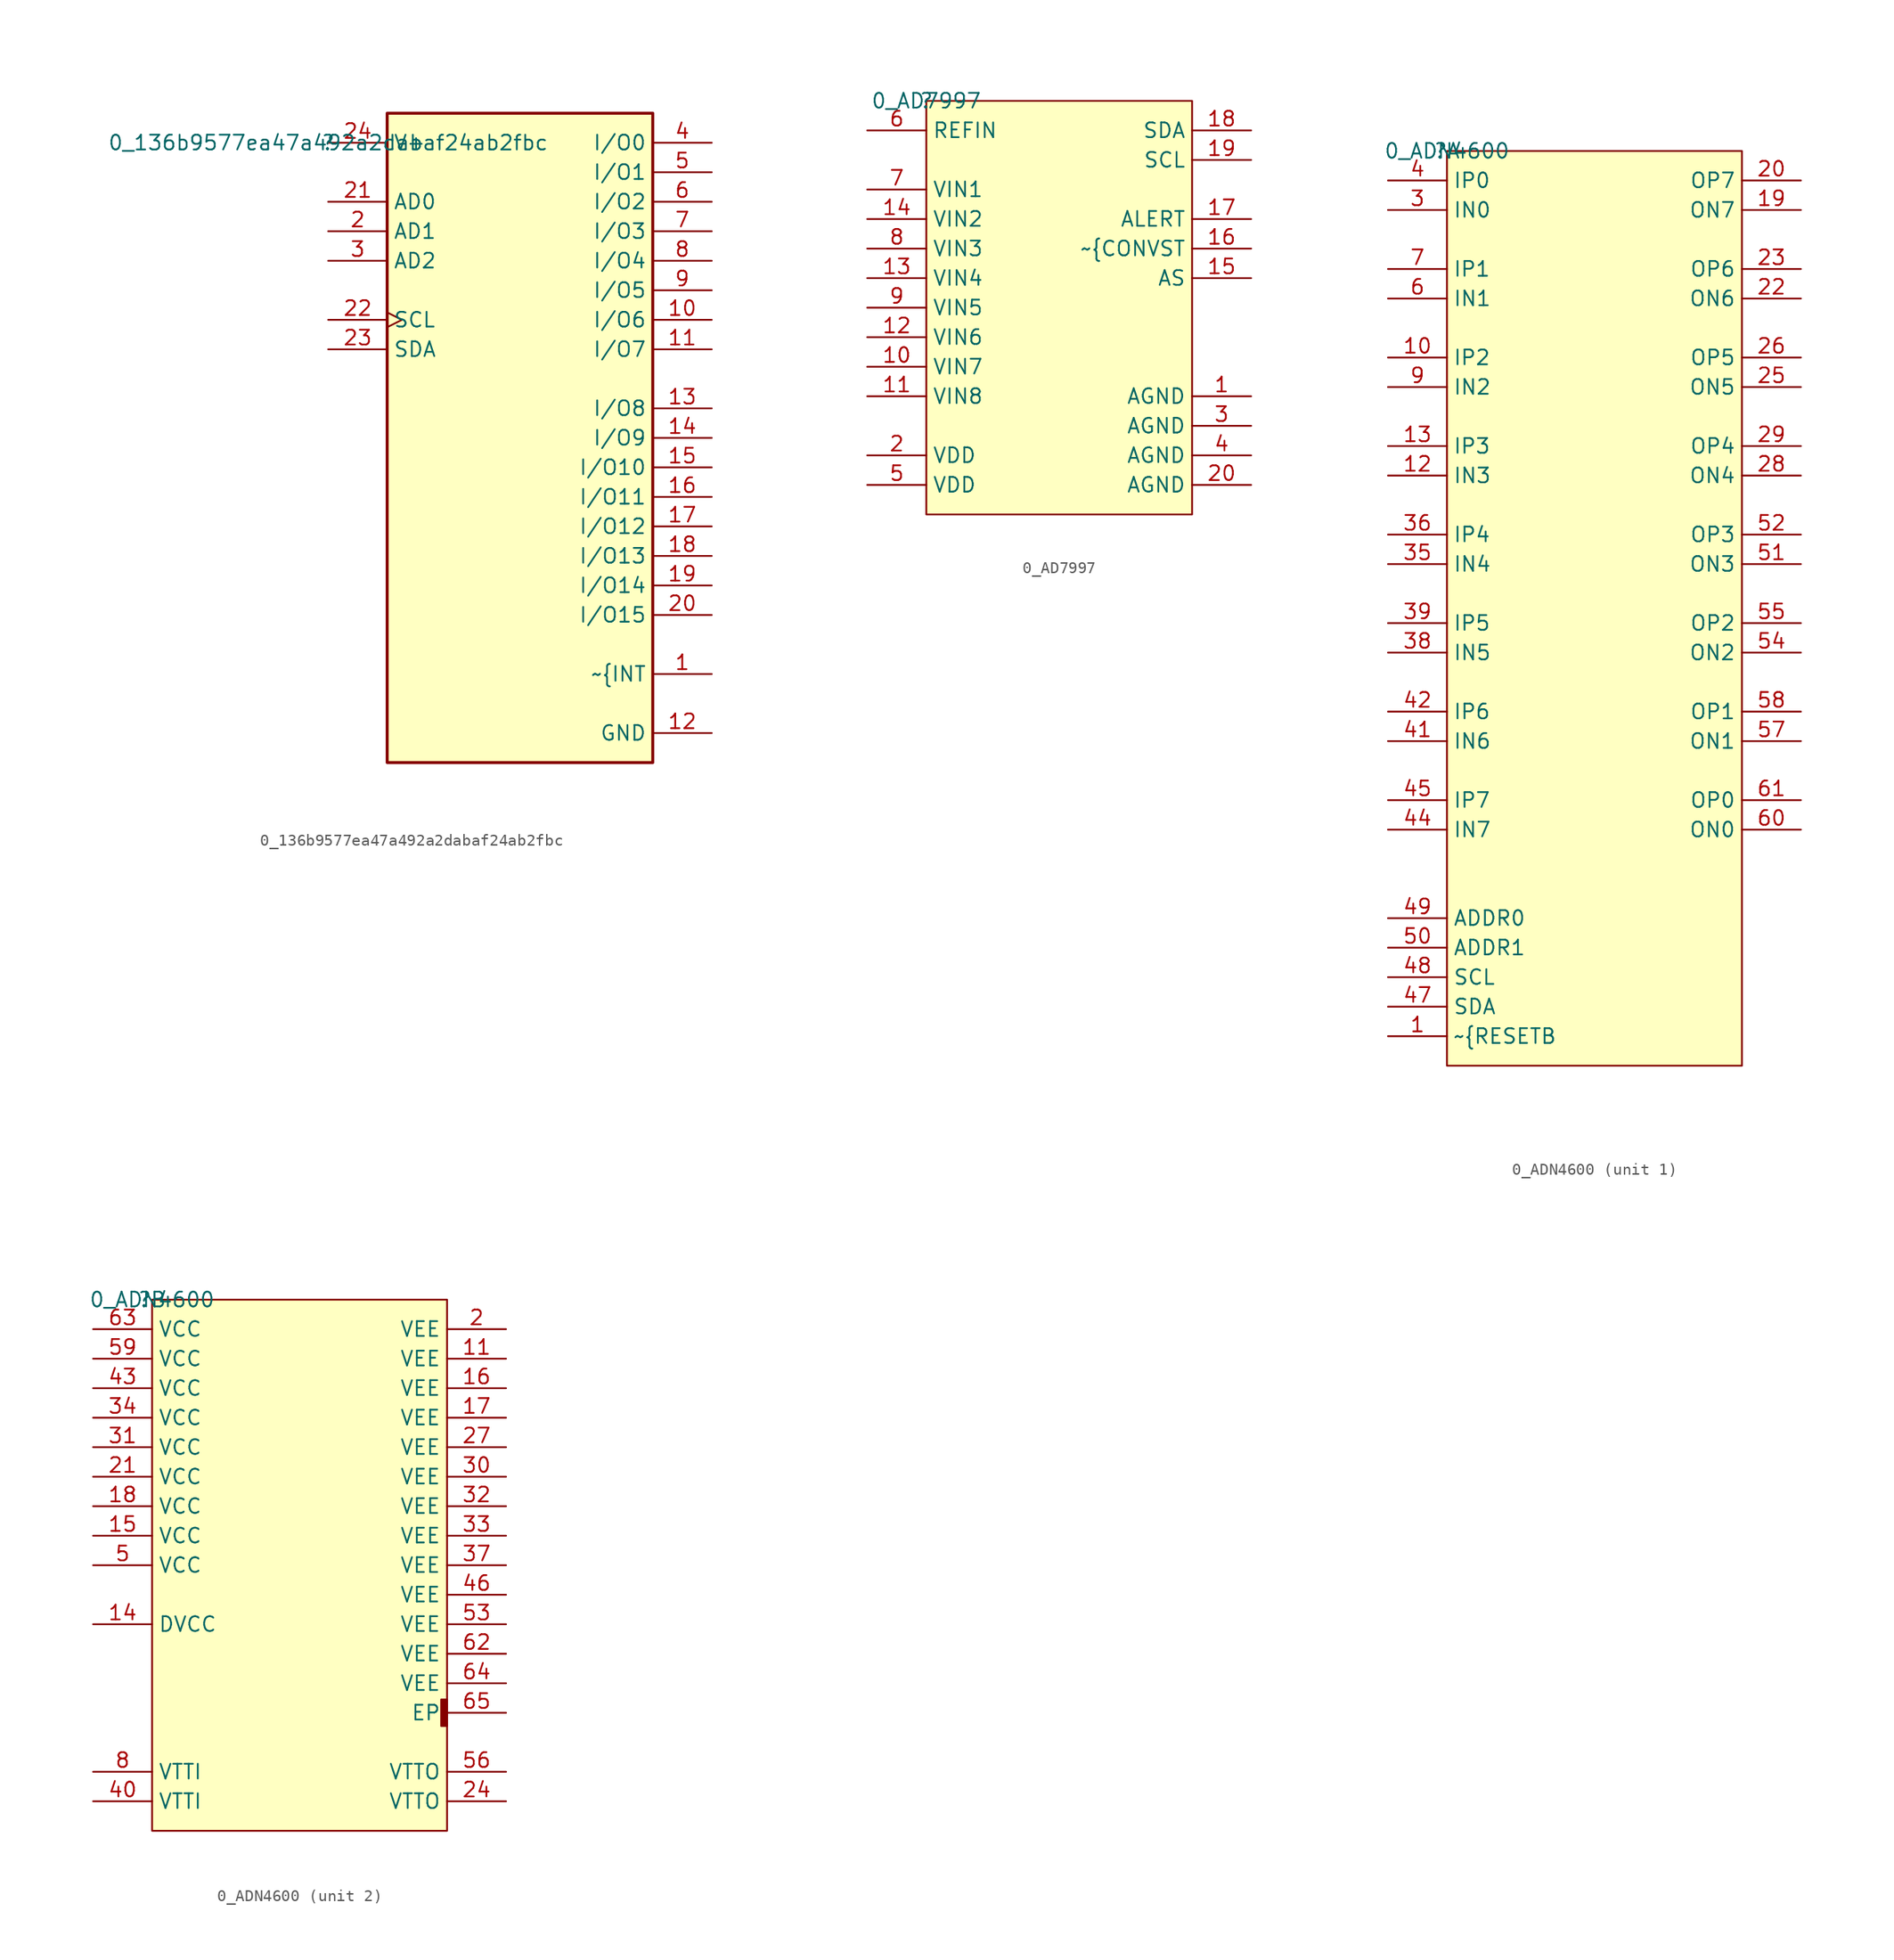
<source format=kicad_sym>
(kicad_symbol_lib
  (version 20211014)
  (generator kicad_symbol_editor)
  (symbol "0_136b9577ea47a492a2dabaf24ab2fbc"
    (property "Reference" ""
      (at 0 0 0)
      (effects (font (size 1.27 1.27))))
    (property "Value" "0_136b9577ea47a492a2dabaf24ab2fbc"
      (at 0 0 0)
      (effects (font (size 1.27 1.27))))
    (symbol "0_136b9577ea47a492a2dabaf24ab2fbc_1_0"
      (rectangle (start 27.94 2.54) (end 5.08 -53.34) (stroke (width 0.254) (type default) (color 0 0 0 0)) (fill (type background)))
      (pin open_collector line (at 33.02 -45.72 180) (length 5.08) (name "~{INT" (effects (font (size 1.27 1.27)))) (number "1" (effects (font (size 1.27 1.27)))))
      (pin bidirectional line (at 33.02 -15.24 180) (length 5.08) (name "I/O6" (effects (font (size 1.27 1.27)))) (number "10" (effects (font (size 1.27 1.27)))))
      (pin bidirectional line (at 33.02 -17.78 180) (length 5.08) (name "I/O7" (effects (font (size 1.27 1.27)))) (number "11" (effects (font (size 1.27 1.27)))))
      (pin power_in line (at 33.02 -50.8 180) (length 5.08) (name "GND" (effects (font (size 1.27 1.27)))) (number "12" (effects (font (size 1.27 1.27)))))
      (pin bidirectional line (at 33.02 -22.86 180) (length 5.08) (name "I/O8" (effects (font (size 1.27 1.27)))) (number "13" (effects (font (size 1.27 1.27)))))
      (pin bidirectional line (at 33.02 -25.4 180) (length 5.08) (name "I/O9" (effects (font (size 1.27 1.27)))) (number "14" (effects (font (size 1.27 1.27)))))
      (pin bidirectional line (at 33.02 -27.94 180) (length 5.08) (name "I/O10" (effects (font (size 1.27 1.27)))) (number "15" (effects (font (size 1.27 1.27)))))
      (pin bidirectional line (at 33.02 -30.48 180) (length 5.08) (name "I/O11" (effects (font (size 1.27 1.27)))) (number "16" (effects (font (size 1.27 1.27)))))
      (pin bidirectional line (at 33.02 -33.02 180) (length 5.08) (name "I/O12" (effects (font (size 1.27 1.27)))) (number "17" (effects (font (size 1.27 1.27)))))
      (pin bidirectional line (at 33.02 -35.56 180) (length 5.08) (name "I/O13" (effects (font (size 1.27 1.27)))) (number "18" (effects (font (size 1.27 1.27)))))
      (pin bidirectional line (at 33.02 -38.1 180) (length 5.08) (name "I/O14" (effects (font (size 1.27 1.27)))) (number "19" (effects (font (size 1.27 1.27)))))
      (pin input line (at 0 -7.62 0) (length 5.08) (name "AD1" (effects (font (size 1.27 1.27)))) (number "2" (effects (font (size 1.27 1.27)))))
      (pin bidirectional line (at 33.02 -40.64 180) (length 5.08) (name "I/O15" (effects (font (size 1.27 1.27)))) (number "20" (effects (font (size 1.27 1.27)))))
      (pin input line (at 0 -5.08 0) (length 5.08) (name "AD0" (effects (font (size 1.27 1.27)))) (number "21" (effects (font (size 1.27 1.27)))))
      (pin input clock (at 0 -15.24 0) (length 5.08) (name "SCL" (effects (font (size 1.27 1.27)))) (number "22" (effects (font (size 1.27 1.27)))))
      (pin bidirectional line (at 0 -17.78 0) (length 5.08) (name "SDA" (effects (font (size 1.27 1.27)))) (number "23" (effects (font (size 1.27 1.27)))))
      (pin power_in line (at 0 0 0) (length 5.08) (name "V+" (effects (font (size 1.27 1.27)))) (number "24" (effects (font (size 1.27 1.27)))))
      (pin input line (at 0 -10.16 0) (length 5.08) (name "AD2" (effects (font (size 1.27 1.27)))) (number "3" (effects (font (size 1.27 1.27)))))
      (pin bidirectional line (at 33.02 0 180) (length 5.08) (name "I/O0" (effects (font (size 1.27 1.27)))) (number "4" (effects (font (size 1.27 1.27)))))
      (pin bidirectional line (at 33.02 -2.54 180) (length 5.08) (name "I/O1" (effects (font (size 1.27 1.27)))) (number "5" (effects (font (size 1.27 1.27)))))
      (pin bidirectional line (at 33.02 -5.08 180) (length 5.08) (name "I/O2" (effects (font (size 1.27 1.27)))) (number "6" (effects (font (size 1.27 1.27)))))
      (pin bidirectional line (at 33.02 -7.62 180) (length 5.08) (name "I/O3" (effects (font (size 1.27 1.27)))) (number "7" (effects (font (size 1.27 1.27)))))
      (pin bidirectional line (at 33.02 -10.16 180) (length 5.08) (name "I/O4" (effects (font (size 1.27 1.27)))) (number "8" (effects (font (size 1.27 1.27)))))
      (pin bidirectional line (at 33.02 -12.7 180) (length 5.08) (name "I/O5" (effects (font (size 1.27 1.27)))) (number "9" (effects (font (size 1.27 1.27)))))))
  (symbol "0_AD7997"
    (property "Reference" ""
      (at 0 0 0)
      (effects (font (size 1.27 1.27))))
    (property "Value" "0_AD7997"
      (at 0 0 0)
      (effects (font (size 1.27 1.27))))
    (symbol "0_AD7997_1_0"
      (rectangle (start 22.86 0) (end 0 -35.56) (stroke (width 0) (type default) (color 0 0 0 0)) (fill (type background)))
      (pin power_in line (at 27.94 -25.4 180) (length 5.08) (name "AGND" (effects (font (size 1.27 1.27)))) (number "1" (effects (font (size 1.27 1.27)))))
      (pin input line (at -5.08 -22.86 0) (length 5.08) (name "VIN7" (effects (font (size 1.27 1.27)))) (number "10" (effects (font (size 1.27 1.27)))))
      (pin input line (at -5.08 -25.4 0) (length 5.08) (name "VIN8" (effects (font (size 1.27 1.27)))) (number "11" (effects (font (size 1.27 1.27)))))
      (pin input line (at -5.08 -20.32 0) (length 5.08) (name "VIN6" (effects (font (size 1.27 1.27)))) (number "12" (effects (font (size 1.27 1.27)))))
      (pin input line (at -5.08 -15.24 0) (length 5.08) (name "VIN4" (effects (font (size 1.27 1.27)))) (number "13" (effects (font (size 1.27 1.27)))))
      (pin input line (at -5.08 -10.16 0) (length 5.08) (name "VIN2" (effects (font (size 1.27 1.27)))) (number "14" (effects (font (size 1.27 1.27)))))
      (pin input line (at 27.94 -15.24 180) (length 5.08) (name "AS" (effects (font (size 1.27 1.27)))) (number "15" (effects (font (size 1.27 1.27)))))
      (pin input line (at 27.94 -12.7 180) (length 5.08) (name "~{CONVST" (effects (font (size 1.27 1.27)))) (number "16" (effects (font (size 1.27 1.27)))))
      (pin output line (at 27.94 -10.16 180) (length 5.08) (name "ALERT" (effects (font (size 1.27 1.27)))) (number "17" (effects (font (size 1.27 1.27)))))
      (pin bidirectional line (at 27.94 -2.54 180) (length 5.08) (name "SDA" (effects (font (size 1.27 1.27)))) (number "18" (effects (font (size 1.27 1.27)))))
      (pin input line (at 27.94 -5.08 180) (length 5.08) (name "SCL" (effects (font (size 1.27 1.27)))) (number "19" (effects (font (size 1.27 1.27)))))
      (pin power_in line (at -5.08 -30.48 0) (length 5.08) (name "VDD" (effects (font (size 1.27 1.27)))) (number "2" (effects (font (size 1.27 1.27)))))
      (pin power_in line (at 27.94 -33.02 180) (length 5.08) (name "AGND" (effects (font (size 1.27 1.27)))) (number "20" (effects (font (size 1.27 1.27)))))
      (pin power_in line (at 27.94 -27.94 180) (length 5.08) (name "AGND" (effects (font (size 1.27 1.27)))) (number "3" (effects (font (size 1.27 1.27)))))
      (pin power_in line (at 27.94 -30.48 180) (length 5.08) (name "AGND" (effects (font (size 1.27 1.27)))) (number "4" (effects (font (size 1.27 1.27)))))
      (pin power_in line (at -5.08 -33.02 0) (length 5.08) (name "VDD" (effects (font (size 1.27 1.27)))) (number "5" (effects (font (size 1.27 1.27)))))
      (pin input line (at -5.08 -2.54 0) (length 5.08) (name "REFIN" (effects (font (size 1.27 1.27)))) (number "6" (effects (font (size 1.27 1.27)))))
      (pin input line (at -5.08 -7.62 0) (length 5.08) (name "VIN1" (effects (font (size 1.27 1.27)))) (number "7" (effects (font (size 1.27 1.27)))))
      (pin input line (at -5.08 -12.7 0) (length 5.08) (name "VIN3" (effects (font (size 1.27 1.27)))) (number "8" (effects (font (size 1.27 1.27)))))
      (pin input line (at -5.08 -17.78 0) (length 5.08) (name "VIN5" (effects (font (size 1.27 1.27)))) (number "9" (effects (font (size 1.27 1.27)))))))
  (symbol "0_ADN4600"
    (property "Reference" ""
      (at 0 0 0)
      (effects (font (size 1.27 1.27))))
    (property "Value" "0_ADN4600"
      (at 0 0 0)
      (effects (font (size 1.27 1.27))))
    (symbol "0_ADN4600_1_0"
      (rectangle (start 25.4 0) (end 0 -78.74) (stroke (width 0) (type default) (color 0 0 0 0)) (fill (type background)))
      (pin input line (at -5.08 -76.2 0) (length 5.08) (name "~{RESETB" (effects (font (size 1.27 1.27)))) (number "1" (effects (font (size 1.27 1.27)))))
      (pin input line (at -5.08 -17.78 0) (length 5.08) (name "IP2" (effects (font (size 1.27 1.27)))) (number "10" (effects (font (size 1.27 1.27)))))
      (pin input line (at -5.08 -27.94 0) (length 5.08) (name "IN3" (effects (font (size 1.27 1.27)))) (number "12" (effects (font (size 1.27 1.27)))))
      (pin input line (at -5.08 -25.4 0) (length 5.08) (name "IP3" (effects (font (size 1.27 1.27)))) (number "13" (effects (font (size 1.27 1.27)))))
      (pin output line (at 30.48 -5.08 180) (length 5.08) (name "ON7" (effects (font (size 1.27 1.27)))) (number "19" (effects (font (size 1.27 1.27)))))
      (pin output line (at 30.48 -2.54 180) (length 5.08) (name "OP7" (effects (font (size 1.27 1.27)))) (number "20" (effects (font (size 1.27 1.27)))))
      (pin output line (at 30.48 -12.7 180) (length 5.08) (name "ON6" (effects (font (size 1.27 1.27)))) (number "22" (effects (font (size 1.27 1.27)))))
      (pin output line (at 30.48 -10.16 180) (length 5.08) (name "OP6" (effects (font (size 1.27 1.27)))) (number "23" (effects (font (size 1.27 1.27)))))
      (pin output line (at 30.48 -20.32 180) (length 5.08) (name "ON5" (effects (font (size 1.27 1.27)))) (number "25" (effects (font (size 1.27 1.27)))))
      (pin output line (at 30.48 -17.78 180) (length 5.08) (name "OP5" (effects (font (size 1.27 1.27)))) (number "26" (effects (font (size 1.27 1.27)))))
      (pin output line (at 30.48 -27.94 180) (length 5.08) (name "ON4" (effects (font (size 1.27 1.27)))) (number "28" (effects (font (size 1.27 1.27)))))
      (pin output line (at 30.48 -25.4 180) (length 5.08) (name "OP4" (effects (font (size 1.27 1.27)))) (number "29" (effects (font (size 1.27 1.27)))))
      (pin input line (at -5.08 -5.08 0) (length 5.08) (name "IN0" (effects (font (size 1.27 1.27)))) (number "3" (effects (font (size 1.27 1.27)))))
      (pin input line (at -5.08 -35.56 0) (length 5.08) (name "IN4" (effects (font (size 1.27 1.27)))) (number "35" (effects (font (size 1.27 1.27)))))
      (pin input line (at -5.08 -33.02 0) (length 5.08) (name "IP4" (effects (font (size 1.27 1.27)))) (number "36" (effects (font (size 1.27 1.27)))))
      (pin input line (at -5.08 -43.18 0) (length 5.08) (name "IN5" (effects (font (size 1.27 1.27)))) (number "38" (effects (font (size 1.27 1.27)))))
      (pin input line (at -5.08 -40.64 0) (length 5.08) (name "IP5" (effects (font (size 1.27 1.27)))) (number "39" (effects (font (size 1.27 1.27)))))
      (pin input line (at -5.08 -2.54 0) (length 5.08) (name "IP0" (effects (font (size 1.27 1.27)))) (number "4" (effects (font (size 1.27 1.27)))))
      (pin input line (at -5.08 -50.8 0) (length 5.08) (name "IN6" (effects (font (size 1.27 1.27)))) (number "41" (effects (font (size 1.27 1.27)))))
      (pin input line (at -5.08 -48.26 0) (length 5.08) (name "IP6" (effects (font (size 1.27 1.27)))) (number "42" (effects (font (size 1.27 1.27)))))
      (pin input line (at -5.08 -58.42 0) (length 5.08) (name "IN7" (effects (font (size 1.27 1.27)))) (number "44" (effects (font (size 1.27 1.27)))))
      (pin input line (at -5.08 -55.88 0) (length 5.08) (name "IP7" (effects (font (size 1.27 1.27)))) (number "45" (effects (font (size 1.27 1.27)))))
      (pin bidirectional line (at -5.08 -73.66 0) (length 5.08) (name "SDA" (effects (font (size 1.27 1.27)))) (number "47" (effects (font (size 1.27 1.27)))))
      (pin input line (at -5.08 -71.12 0) (length 5.08) (name "SCL" (effects (font (size 1.27 1.27)))) (number "48" (effects (font (size 1.27 1.27)))))
      (pin input line (at -5.08 -66.04 0) (length 5.08) (name "ADDR0" (effects (font (size 1.27 1.27)))) (number "49" (effects (font (size 1.27 1.27)))))
      (pin input line (at -5.08 -68.58 0) (length 5.08) (name "ADDR1" (effects (font (size 1.27 1.27)))) (number "50" (effects (font (size 1.27 1.27)))))
      (pin output line (at 30.48 -35.56 180) (length 5.08) (name "ON3" (effects (font (size 1.27 1.27)))) (number "51" (effects (font (size 1.27 1.27)))))
      (pin output line (at 30.48 -33.02 180) (length 5.08) (name "OP3" (effects (font (size 1.27 1.27)))) (number "52" (effects (font (size 1.27 1.27)))))
      (pin output line (at 30.48 -43.18 180) (length 5.08) (name "ON2" (effects (font (size 1.27 1.27)))) (number "54" (effects (font (size 1.27 1.27)))))
      (pin output line (at 30.48 -40.64 180) (length 5.08) (name "OP2" (effects (font (size 1.27 1.27)))) (number "55" (effects (font (size 1.27 1.27)))))
      (pin output line (at 30.48 -50.8 180) (length 5.08) (name "ON1" (effects (font (size 1.27 1.27)))) (number "57" (effects (font (size 1.27 1.27)))))
      (pin output line (at 30.48 -48.26 180) (length 5.08) (name "OP1" (effects (font (size 1.27 1.27)))) (number "58" (effects (font (size 1.27 1.27)))))
      (pin input line (at -5.08 -12.7 0) (length 5.08) (name "IN1" (effects (font (size 1.27 1.27)))) (number "6" (effects (font (size 1.27 1.27)))))
      (pin output line (at 30.48 -58.42 180) (length 5.08) (name "ON0" (effects (font (size 1.27 1.27)))) (number "60" (effects (font (size 1.27 1.27)))))
      (pin output line (at 30.48 -55.88 180) (length 5.08) (name "OP0" (effects (font (size 1.27 1.27)))) (number "61" (effects (font (size 1.27 1.27)))))
      (pin input line (at -5.08 -10.16 0) (length 5.08) (name "IP1" (effects (font (size 1.27 1.27)))) (number "7" (effects (font (size 1.27 1.27)))))
      (pin input line (at -5.08 -20.32 0) (length 5.08) (name "IN2" (effects (font (size 1.27 1.27)))) (number "9" (effects (font (size 1.27 1.27))))))
    (symbol "0_ADN4600_2_0"
      (rectangle (start 25.4 -34.417) (end 24.892 -36.703) (stroke (width 0) (type default) (color 0 0 0 0)) (fill (type outline)))
      (rectangle (start 25.4 0) (end 0 -45.72) (stroke (width 0) (type default) (color 0 0 0 0)) (fill (type background)))
      (pin power_in line (at 30.48 -5.08 180) (length 5.08) (name "VEE" (effects (font (size 1.27 1.27)))) (number "11" (effects (font (size 1.27 1.27)))))
      (pin power_in line (at -5.08 -27.94 0) (length 5.08) (name "DVCC" (effects (font (size 1.27 1.27)))) (number "14" (effects (font (size 1.27 1.27)))))
      (pin power_in line (at -5.08 -20.32 0) (length 5.08) (name "VCC" (effects (font (size 1.27 1.27)))) (number "15" (effects (font (size 1.27 1.27)))))
      (pin power_in line (at 30.48 -7.62 180) (length 5.08) (name "VEE" (effects (font (size 1.27 1.27)))) (number "16" (effects (font (size 1.27 1.27)))))
      (pin power_in line (at 30.48 -10.16 180) (length 5.08) (name "VEE" (effects (font (size 1.27 1.27)))) (number "17" (effects (font (size 1.27 1.27)))))
      (pin power_in line (at -5.08 -17.78 0) (length 5.08) (name "VCC" (effects (font (size 1.27 1.27)))) (number "18" (effects (font (size 1.27 1.27)))))
      (pin power_in line (at 30.48 -2.54 180) (length 5.08) (name "VEE" (effects (font (size 1.27 1.27)))) (number "2" (effects (font (size 1.27 1.27)))))
      (pin power_in line (at -5.08 -15.24 0) (length 5.08) (name "VCC" (effects (font (size 1.27 1.27)))) (number "21" (effects (font (size 1.27 1.27)))))
      (pin power_in line (at 30.48 -43.18 180) (length 5.08) (name "VTTO" (effects (font (size 1.27 1.27)))) (number "24" (effects (font (size 1.27 1.27)))))
      (pin power_in line (at 30.48 -12.7 180) (length 5.08) (name "VEE" (effects (font (size 1.27 1.27)))) (number "27" (effects (font (size 1.27 1.27)))))
      (pin power_in line (at 30.48 -15.24 180) (length 5.08) (name "VEE" (effects (font (size 1.27 1.27)))) (number "30" (effects (font (size 1.27 1.27)))))
      (pin power_in line (at -5.08 -12.7 0) (length 5.08) (name "VCC" (effects (font (size 1.27 1.27)))) (number "31" (effects (font (size 1.27 1.27)))))
      (pin power_in line (at 30.48 -17.78 180) (length 5.08) (name "VEE" (effects (font (size 1.27 1.27)))) (number "32" (effects (font (size 1.27 1.27)))))
      (pin power_in line (at 30.48 -20.32 180) (length 5.08) (name "VEE" (effects (font (size 1.27 1.27)))) (number "33" (effects (font (size 1.27 1.27)))))
      (pin power_in line (at -5.08 -10.16 0) (length 5.08) (name "VCC" (effects (font (size 1.27 1.27)))) (number "34" (effects (font (size 1.27 1.27)))))
      (pin power_in line (at 30.48 -22.86 180) (length 5.08) (name "VEE" (effects (font (size 1.27 1.27)))) (number "37" (effects (font (size 1.27 1.27)))))
      (pin power_in line (at -5.08 -43.18 0) (length 5.08) (name "VTTI" (effects (font (size 1.27 1.27)))) (number "40" (effects (font (size 1.27 1.27)))))
      (pin power_in line (at -5.08 -7.62 0) (length 5.08) (name "VCC" (effects (font (size 1.27 1.27)))) (number "43" (effects (font (size 1.27 1.27)))))
      (pin power_in line (at 30.48 -25.4 180) (length 5.08) (name "VEE" (effects (font (size 1.27 1.27)))) (number "46" (effects (font (size 1.27 1.27)))))
      (pin power_in line (at -5.08 -22.86 0) (length 5.08) (name "VCC" (effects (font (size 1.27 1.27)))) (number "5" (effects (font (size 1.27 1.27)))))
      (pin power_in line (at 30.48 -27.94 180) (length 5.08) (name "VEE" (effects (font (size 1.27 1.27)))) (number "53" (effects (font (size 1.27 1.27)))))
      (pin power_in line (at 30.48 -40.64 180) (length 5.08) (name "VTTO" (effects (font (size 1.27 1.27)))) (number "56" (effects (font (size 1.27 1.27)))))
      (pin power_in line (at -5.08 -5.08 0) (length 5.08) (name "VCC" (effects (font (size 1.27 1.27)))) (number "59" (effects (font (size 1.27 1.27)))))
      (pin power_in line (at 30.48 -30.48 180) (length 5.08) (name "VEE" (effects (font (size 1.27 1.27)))) (number "62" (effects (font (size 1.27 1.27)))))
      (pin power_in line (at -5.08 -2.54 0) (length 5.08) (name "VCC" (effects (font (size 1.27 1.27)))) (number "63" (effects (font (size 1.27 1.27)))))
      (pin power_in line (at 30.48 -33.02 180) (length 5.08) (name "VEE" (effects (font (size 1.27 1.27)))) (number "64" (effects (font (size 1.27 1.27)))))
      (pin power_in line (at 30.48 -35.56 180) (length 5.08) (name "EP" (effects (font (size 1.27 1.27)))) (number "65" (effects (font (size 1.27 1.27)))))
      (pin power_in line (at -5.08 -40.64 0) (length 5.08) (name "VTTI" (effects (font (size 1.27 1.27)))) (number "8" (effects (font (size 1.27 1.27))))))))
</source>
